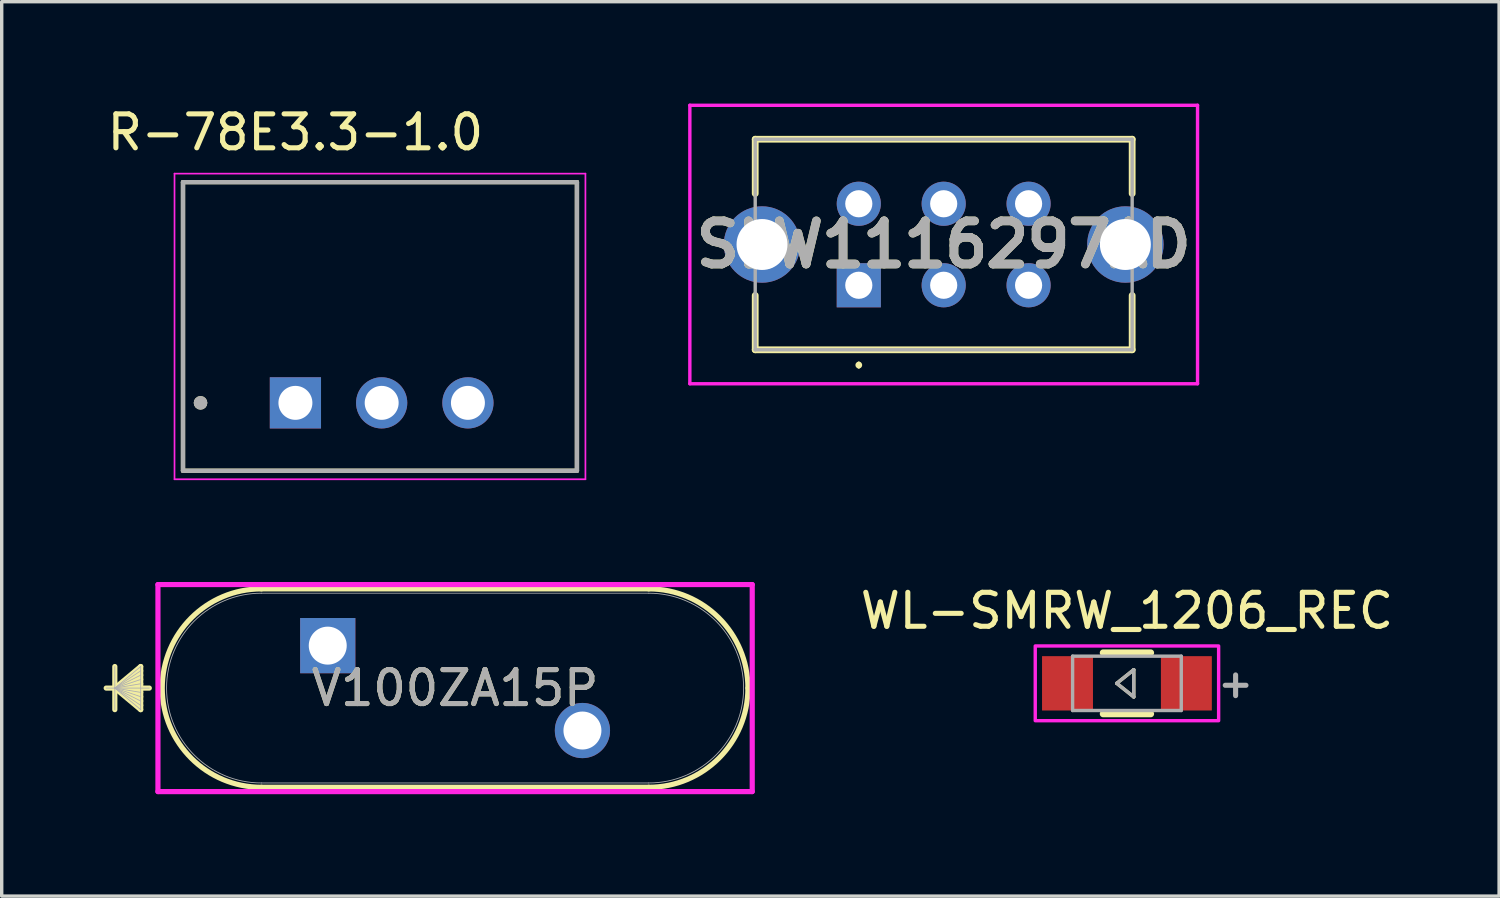
<source format=kicad_pcb>
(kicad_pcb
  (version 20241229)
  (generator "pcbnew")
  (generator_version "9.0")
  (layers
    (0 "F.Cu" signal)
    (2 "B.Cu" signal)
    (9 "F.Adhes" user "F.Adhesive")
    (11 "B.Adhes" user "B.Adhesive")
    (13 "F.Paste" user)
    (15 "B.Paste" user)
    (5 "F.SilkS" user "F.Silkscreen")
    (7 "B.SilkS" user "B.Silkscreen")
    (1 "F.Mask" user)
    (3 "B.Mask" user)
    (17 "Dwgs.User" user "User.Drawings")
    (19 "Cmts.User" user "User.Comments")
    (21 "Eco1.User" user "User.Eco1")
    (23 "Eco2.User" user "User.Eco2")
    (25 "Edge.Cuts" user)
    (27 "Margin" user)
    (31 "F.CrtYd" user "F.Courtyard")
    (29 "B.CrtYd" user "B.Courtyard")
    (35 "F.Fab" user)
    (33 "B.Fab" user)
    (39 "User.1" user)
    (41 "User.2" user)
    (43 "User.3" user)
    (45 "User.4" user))
  (footprint "R-78E3.3-1.0"
    (layer "F.Cu")
    (at 8.189 6.563)
    (property "Reference" "R-78E3.3-1.0" (at -2.54 -5.715 0) (layer "F.SilkS") (effects (font (size 1 1) (thickness 0.15))))
    (attr through_hole)
    (fp_line (start -5.85 -4.25) (end -5.85 4.25) (stroke (width 0.127) (type solid)) (layer "F.SilkS"))
    (fp_line (start -5.85 4.25) (end 5.75 4.25) (stroke (width 0.127) (type solid)) (layer "F.SilkS"))
    (fp_line (start 5.75 -4.25) (end -5.85 -4.25) (stroke (width 0.127) (type solid)) (layer "F.SilkS"))
    (fp_line (start 5.75 4.25) (end 5.75 -4.25) (stroke (width 0.127) (type solid)) (layer "F.SilkS"))
    (fp_circle (center -5.334 2.25) (end -5.234 2.25) (stroke (width 0.2) (type solid)) (fill no) (layer "F.SilkS"))
    (fp_line (start -6.1 -4.5) (end -6.1 4.5) (stroke (width 0.05) (type solid)) (layer "F.CrtYd"))
    (fp_line (start -6.1 4.5) (end 6 4.5) (stroke (width 0.05) (type solid)) (layer "F.CrtYd"))
    (fp_line (start 6 -4.5) (end -6.1 -4.5) (stroke (width 0.05) (type solid)) (layer "F.CrtYd"))
    (fp_line (start 6 4.5) (end 6 -4.5) (stroke (width 0.05) (type solid)) (layer "F.CrtYd"))
    (fp_line (start -5.85 -4.25) (end -5.85 4.25) (stroke (width 0.127) (type solid)) (layer "F.Fab"))
    (fp_line (start -5.85 4.25) (end 5.75 4.25) (stroke (width 0.127) (type solid)) (layer "F.Fab"))
    (fp_line (start 5.75 -4.25) (end -5.85 -4.25) (stroke (width 0.127) (type solid)) (layer "F.Fab"))
    (fp_line (start 5.75 4.25) (end 5.75 -4.25) (stroke (width 0.127) (type solid)) (layer "F.Fab"))
    (fp_circle (center -5.334 2.25) (end -5.234 2.25) (stroke (width 0.2) (type solid)) (fill no) (layer "F.Fab"))
    (pad "1" thru_hole rect (at -2.54 2.25) (size 1.508 1.508) (drill 1) (layers "*.Cu" "*.Mask"))
    (pad "2" thru_hole circle (at 0 2.25) (size 1.508 1.508) (drill 1) (layers "*.Cu" "*.Mask"))
    (pad "3" thru_hole circle (at 2.54 2.25) (size 1.508 1.508) (drill 1) (layers "*.Cu" "*.Mask")))
  (footprint "WL-SMRW_1206_REC"
    (layer "F.Cu")
    (at 30.135 17.072)
    (property "Reference" "WL-SMRW_1206_REC" (at 0 -2.135 0) (layer "F.SilkS") (effects (font (size 1 1) (thickness 0.15))))
    (attr smd)
    (fp_line (start -0.7 -0.9) (end 0.7 -0.9) (stroke (width 0.2) (type solid)) (layer "F.SilkS"))
    (fp_line (start -0.7 0.9) (end 0.7 0.9) (stroke (width 0.2) (type solid)) (layer "F.SilkS"))
    (fp_line (start -0.3 0) (end 0.2 -0.4) (stroke (width 0.1) (type solid)) (layer "F.SilkS"))
    (fp_line (start 0.2 -0.4) (end 0.2 0.4) (stroke (width 0.1) (type solid)) (layer "F.SilkS"))
    (fp_line (start 0.2 0.4) (end -0.3 0) (stroke (width 0.1) (type solid)) (layer "F.SilkS"))
    (fp_poly (pts (xy -2.7 -1.1) (xy 2.7 -1.1) (xy 2.7 1.1) (xy -2.7 1.1)) (stroke (width 0.1) (type solid)) (fill no) (layer "F.CrtYd"))
    (fp_line (start -1.6 -0.8) (end 1.6 -0.8) (stroke (width 0.1) (type solid)) (layer "F.Fab"))
    (fp_line (start -1.6 0.8) (end -1.6 -0.8) (stroke (width 0.1) (type solid)) (layer "F.Fab"))
    (fp_line (start -1.6 0.8) (end 1.6 0.8) (stroke (width 0.1) (type solid)) (layer "F.Fab"))
    (fp_line (start -0.3 0) (end 0.2 -0.4) (stroke (width 0.1) (type solid)) (layer "F.Fab"))
    (fp_line (start 0.2 -0.4) (end 0.2 0.4) (stroke (width 0.1) (type solid)) (layer "F.Fab"))
    (fp_line (start 0.2 0.4) (end -0.3 0) (stroke (width 0.1) (type solid)) (layer "F.Fab"))
    (fp_line (start 1.6 -0.8) (end 1.6 0.8) (stroke (width 0.1) (type solid)) (layer "F.Fab"))
    (fp_text user "+" (at 3.2 0 0) (layer "F.Fab") (effects (font (size 0.8 0.8) (thickness 0.15))))
    (pad "1" smd rect (at -1.75 0) (size 1.5 1.6) (layers "F.Cu" "F.Mask" "F.Paste"))
    (pad "2" smd rect (at 1.75 0) (size 1.5 1.6) (layers "F.Cu" "F.Mask" "F.Paste")))
  (footprint "SLW1116297AD"
    (layer "F.Cu")
    (at 22.239 5.35)
    (property "Reference" "SLW1116297AD" (at 2.5 -1.2 0) (layer "F.SilkS") (effects (font (size 1.27 1.27) (thickness 0.254))))
    (attr through_hole)
    (fp_line (start -3.05 -4.3) (end 8.05 -4.3) (stroke (width 0.2) (type solid)) (layer "F.SilkS"))
    (fp_line (start -3.05 -2.7) (end -3.05 -4.3) (stroke (width 0.2) (type solid)) (layer "F.SilkS"))
    (fp_line (start -3.05 0.3) (end -3.05 1.9) (stroke (width 0.2) (type solid)) (layer "F.SilkS"))
    (fp_line (start -3.05 1.9) (end 8.05 1.9) (stroke (width 0.2) (type solid)) (layer "F.SilkS"))
    (fp_line (start 0 2.3) (end 0 2.3) (stroke (width 0.1) (type solid)) (layer "F.SilkS"))
    (fp_line (start 0 2.4) (end 0 2.4) (stroke (width 0.1) (type solid)) (layer "F.SilkS"))
    (fp_line (start 8.05 -4.3) (end 8.05 -2.7) (stroke (width 0.2) (type solid)) (layer "F.SilkS"))
    (fp_line (start 8.05 1.9) (end 8.05 0.3) (stroke (width 0.2) (type solid)) (layer "F.SilkS"))
    (fp_arc (start 0 2.3) (mid 0.05 2.35) (end 0 2.4) (stroke (width 0.1) (type solid)) (layer "F.SilkS"))
    (fp_arc (start 0 2.4) (mid -0.05 2.35) (end 0 2.3) (stroke (width 0.1) (type solid)) (layer "F.SilkS"))
    (fp_line (start -4.975 -5.3) (end 9.975 -5.3) (stroke (width 0.1) (type solid)) (layer "F.CrtYd"))
    (fp_line (start -4.975 2.9) (end -4.975 -5.3) (stroke (width 0.1) (type solid)) (layer "F.CrtYd"))
    (fp_line (start 9.975 -5.3) (end 9.975 2.9) (stroke (width 0.1) (type solid)) (layer "F.CrtYd"))
    (fp_line (start 9.975 2.9) (end -4.975 2.9) (stroke (width 0.1) (type solid)) (layer "F.CrtYd"))
    (fp_line (start -3.05 -4.3) (end 8.05 -4.3) (stroke (width 0.1) (type solid)) (layer "F.Fab"))
    (fp_line (start -3.05 1.9) (end -3.05 -4.3) (stroke (width 0.1) (type solid)) (layer "F.Fab"))
    (fp_line (start 8.05 -4.3) (end 8.05 1.9) (stroke (width 0.1) (type solid)) (layer "F.Fab"))
    (fp_line (start 8.05 1.9) (end -3.05 1.9) (stroke (width 0.1) (type solid)) (layer "F.Fab"))
    (fp_text user "${REFERENCE}" (at 2.5 -1.2 0) (layer "F.Fab") (effects (font (size 1.27 1.27) (thickness 0.254))))
    (pad "" thru_hole circle (at -2.85 -1.2) (size 2.25 2.25) (drill 1.5) (layers "*.Cu" "*.Mask"))
    (pad "" thru_hole circle (at 7.85 -1.2) (size 2.25 2.25) (drill 1.5) (layers "*.Cu" "*.Mask"))
    (pad "1" thru_hole rect (at 0 0) (size 1.3 1.3) (drill 0.8) (layers "*.Cu" "*.Mask"))
    (pad "2" thru_hole circle (at 2.5 0) (size 1.3 1.3) (drill 0.8) (layers "*.Cu" "*.Mask"))
    (pad "3" thru_hole circle (at 5 0) (size 1.3 1.3) (drill 0.8) (layers "*.Cu" "*.Mask"))
    (pad "4" thru_hole circle (at 5 -2.4) (size 1.3 1.3) (drill 0.8) (layers "*.Cu" "*.Mask"))
    (pad "5" thru_hole circle (at 2.5 -2.4) (size 1.3 1.3) (drill 0.8) (layers "*.Cu" "*.Mask"))
    (pad "6" thru_hole circle (at 0 -2.4) (size 1.3 1.3) (drill 0.8) (layers "*.Cu" "*.Mask")))
  (footprint "V100ZA15P"
    (layer "F.Cu")
    (at 6.601 15.962)
    (property "Reference" "V100ZA15P" (at 3.75 1.25 0) (unlocked yes) (layer "F.SilkS") (effects (font (size 1 1) (thickness 0.15))))
    (attr through_hole)
    (fp_line (start -6.27 0.615) (end -6.27 1.885) (stroke (width 0.152) (type solid)) (layer "F.SilkS"))
    (fp_line (start -6.27 1.25) (end -5.508 0.615) (stroke (width 0.152) (type solid)) (layer "F.SilkS"))
    (fp_line (start -6.27 1.25) (end -5.508 0.742) (stroke (width 0.152) (type solid)) (layer "F.SilkS"))
    (fp_line (start -6.27 1.25) (end -5.508 0.869) (stroke (width 0.152) (type solid)) (layer "F.SilkS"))
    (fp_line (start -6.27 1.25) (end -5.508 0.996) (stroke (width 0.152) (type solid)) (layer "F.SilkS"))
    (fp_line (start -6.27 1.25) (end -5.508 1.123) (stroke (width 0.152) (type solid)) (layer "F.SilkS"))
    (fp_line (start -6.27 1.25) (end -5.508 1.377) (stroke (width 0.152) (type solid)) (layer "F.SilkS"))
    (fp_line (start -6.27 1.25) (end -5.508 1.504) (stroke (width 0.152) (type solid)) (layer "F.SilkS"))
    (fp_line (start -6.27 1.25) (end -5.508 1.631) (stroke (width 0.152) (type solid)) (layer "F.SilkS"))
    (fp_line (start -6.27 1.25) (end -5.508 1.758) (stroke (width 0.152) (type solid)) (layer "F.SilkS"))
    (fp_line (start -6.27 1.25) (end -5.508 1.885) (stroke (width 0.152) (type solid)) (layer "F.SilkS"))
    (fp_line (start -5.508 0.615) (end -5.508 1.885) (stroke (width 0.152) (type solid)) (layer "F.SilkS"))
    (fp_line (start -5.254 1.25) (end -6.524 1.25) (stroke (width 0.152) (type solid)) (layer "F.SilkS"))
    (fp_line (start 9.452 -1.671) (end -1.952 -1.671) (stroke (width 0.152) (type solid)) (layer "F.SilkS"))
    (fp_line (start 9.452 4.171) (end -1.952 4.171) (stroke (width 0.152) (type solid)) (layer "F.SilkS"))
    (fp_arc (start -1.9523 4.171) (mid -4.8733 1.25) (end -1.9523 -1.671) (stroke (width 0.1524) (type solid)) (layer "F.SilkS"))
    (fp_arc (start 9.4523 -1.671) (mid 11.517759 -0.815459) (end 12.3733 1.25) (stroke (width 0.1524) (type solid)) (layer "F.SilkS"))
    (fp_arc (start 12.3733 1.25) (mid 11.517759 3.315459) (end 9.4523 4.171) (stroke (width 0.1524) (type solid)) (layer "F.SilkS"))
    (fp_line (start -5 -1.798) (end 12.5 -1.798) (stroke (width 0.152) (type solid)) (layer "F.CrtYd"))
    (fp_line (start -5 4.298) (end -5 -1.798) (stroke (width 0.152) (type solid)) (layer "F.CrtYd"))
    (fp_line (start 12.5 -1.798) (end 12.5 4.298) (stroke (width 0.152) (type solid)) (layer "F.CrtYd"))
    (fp_line (start 12.5 4.298) (end -5 4.298) (stroke (width 0.152) (type solid)) (layer "F.CrtYd"))
    (fp_line (start -6.27 0.615) (end -6.27 1.885) (stroke (width 0.025) (type solid)) (layer "F.Fab"))
    (fp_line (start -6.27 1.25) (end -5.508 0.615) (stroke (width 0.025) (type solid)) (layer "F.Fab"))
    (fp_line (start -6.27 1.25) (end -5.508 0.742) (stroke (width 0.025) (type solid)) (layer "F.Fab"))
    (fp_line (start -6.27 1.25) (end -5.508 0.869) (stroke (width 0.025) (type solid)) (layer "F.Fab"))
    (fp_line (start -6.27 1.25) (end -5.508 0.996) (stroke (width 0.025) (type solid)) (layer "F.Fab"))
    (fp_line (start -6.27 1.25) (end -5.508 1.123) (stroke (width 0.025) (type solid)) (layer "F.Fab"))
    (fp_line (start -6.27 1.25) (end -5.508 1.377) (stroke (width 0.025) (type solid)) (layer "F.Fab"))
    (fp_line (start -6.27 1.25) (end -5.508 1.504) (stroke (width 0.025) (type solid)) (layer "F.Fab"))
    (fp_line (start -6.27 1.25) (end -5.508 1.631) (stroke (width 0.025) (type solid)) (layer "F.Fab"))
    (fp_line (start -6.27 1.25) (end -5.508 1.758) (stroke (width 0.025) (type solid)) (layer "F.Fab"))
    (fp_line (start -6.27 1.25) (end -5.508 1.885) (stroke (width 0.025) (type solid)) (layer "F.Fab"))
    (fp_line (start -5.508 0.615) (end -5.508 1.885) (stroke (width 0.025) (type solid)) (layer "F.Fab"))
    (fp_line (start -5.254 1.25) (end -6.524 1.25) (stroke (width 0.025) (type solid)) (layer "F.Fab"))
    (fp_line (start 9.452 -1.544) (end -1.952 -1.544) (stroke (width 0.025) (type solid)) (layer "F.Fab"))
    (fp_line (start 9.452 4.044) (end -1.952 4.044) (stroke (width 0.025) (type solid)) (layer "F.Fab"))
    (fp_arc (start -1.9523 4.044) (mid -4.7463 1.25) (end -1.9523 -1.544) (stroke (width 0.0254) (type solid)) (layer "F.Fab"))
    (fp_arc (start 9.4523 -1.544) (mid 12.2463 1.25) (end 9.4523 4.044) (stroke (width 0.0254) (type solid)) (layer "F.Fab"))
    (fp_text user "${REFERENCE}" (at 3.75 1.25 0) (unlocked yes) (layer "F.Fab") (effects (font (size 1 1) (thickness 0.15))))
    (pad "1" thru_hole rect (at 0 0) (size 1.626 1.626) (drill 1.118) (layers "*.Cu" "*.Mask"))
    (pad "2" thru_hole circle (at 7.5 2.5) (size 1.626 1.626) (drill 1.118) (layers "*.Cu" "*.Mask")))
  (gr_rect
    (start -3 -3)
    (end 41.094 23.337)
    (stroke (width 0.1) (type default))
    (fill no)
    (layer "Edge.Cuts")))
</source>
